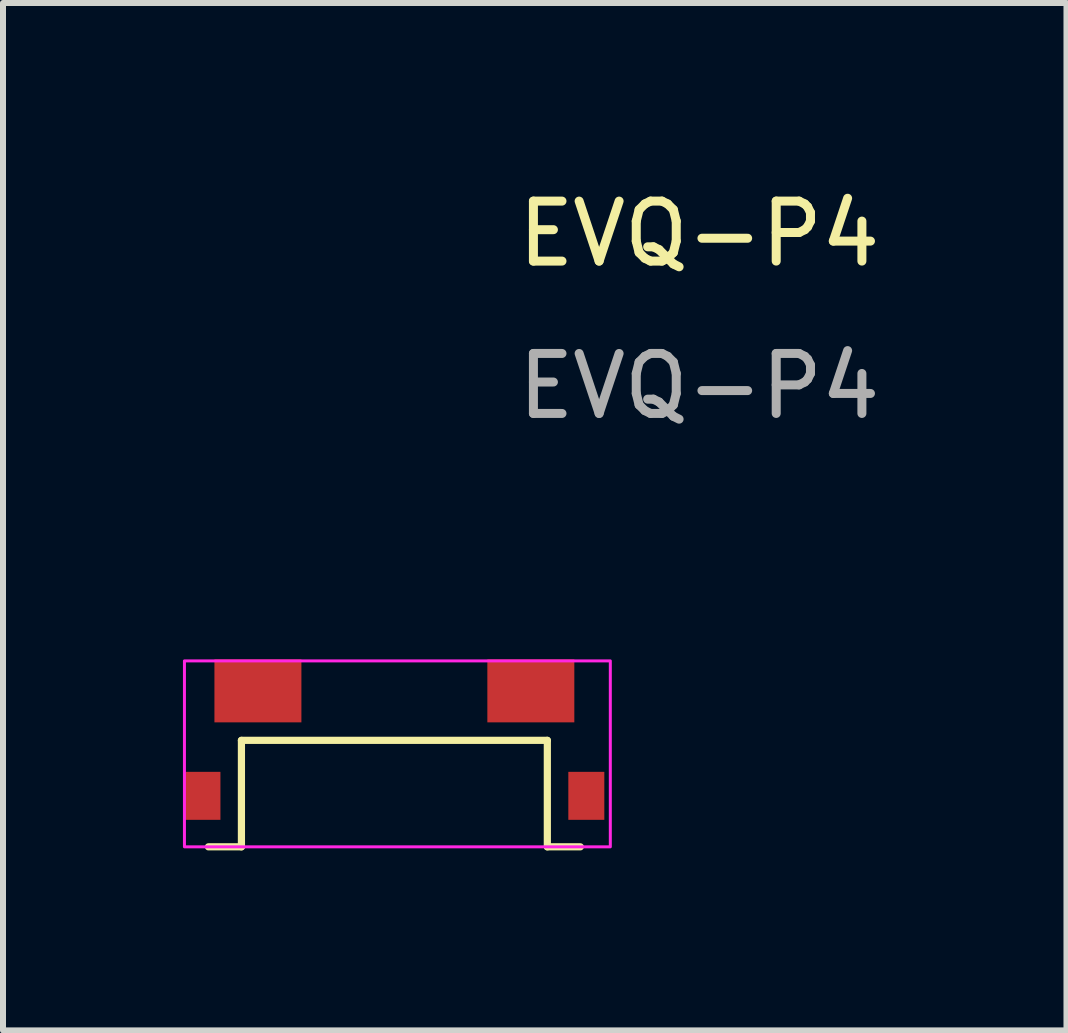
<source format=kicad_pcb>
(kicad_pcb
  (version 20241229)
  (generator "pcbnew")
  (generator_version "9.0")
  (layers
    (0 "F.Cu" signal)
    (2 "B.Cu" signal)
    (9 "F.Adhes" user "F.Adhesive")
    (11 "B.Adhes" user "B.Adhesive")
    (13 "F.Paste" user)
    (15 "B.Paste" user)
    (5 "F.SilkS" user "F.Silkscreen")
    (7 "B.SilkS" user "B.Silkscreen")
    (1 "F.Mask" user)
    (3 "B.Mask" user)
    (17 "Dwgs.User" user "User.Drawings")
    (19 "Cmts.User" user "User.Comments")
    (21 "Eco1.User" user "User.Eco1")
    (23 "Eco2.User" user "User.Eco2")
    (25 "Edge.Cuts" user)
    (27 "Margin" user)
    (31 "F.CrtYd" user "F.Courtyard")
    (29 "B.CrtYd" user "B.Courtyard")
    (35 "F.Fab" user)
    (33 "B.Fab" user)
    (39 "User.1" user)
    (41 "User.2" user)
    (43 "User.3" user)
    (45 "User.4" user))
  (footprint "EVQ-P4"
    (layer "F.Cu")
    (at 3.525 8.468)
    (property "Reference" "EVQ-P4" (at 5.08 -7.62 0) (unlocked yes) (layer "F.SilkS") (effects (font (size 1 1) (thickness 0.15))))
    (attr smd)
    (fp_line (start -2.55 0.825) (end 2.55 0.825) (stroke (width 0.12) (type solid)) (layer "F.SilkS"))
    (fp_line (start -2.55 2.6) (end -3.1 2.6) (stroke (width 0.12) (type solid)) (layer "F.SilkS"))
    (fp_line (start -2.55 2.6) (end -2.55 0.825) (stroke (width 0.12) (type solid)) (layer "F.SilkS"))
    (fp_line (start 2.55 2.6) (end 2.55 0.825) (stroke (width 0.12) (type solid)) (layer "F.SilkS"))
    (fp_line (start 2.55 2.6) (end 3.1 2.6) (stroke (width 0.12) (type solid)) (layer "F.SilkS"))
    (fp_rect (start -3.5 2.6) (end 3.6 -0.5) (stroke (width 0.05) (type solid)) (fill no) (layer "F.CrtYd"))
    (fp_text user "${REFERENCE}" (at 5.08 -5.08 0) (unlocked yes) (layer "F.Fab") (effects (font (size 1 1) (thickness 0.15))))
    (pad "1" smd rect (at -2.275 0) (size 1.45 1.05) (layers "F.Cu" "F.Mask" "F.Paste"))
    (pad "2" smd rect (at 2.275 0) (size 1.45 1.05) (layers "F.Cu" "F.Mask" "F.Paste"))
    (pad "3" smd rect (at -3.2 1.75) (size 0.6 0.8) (layers "F.Cu" "F.Mask" "F.Paste"))
    (pad "4" smd rect (at 3.2 1.75) (size 0.6 0.8) (layers "F.Cu" "F.Mask" "F.Paste")))
  (gr_rect
    (start -3 -3)
    (end 14.73 14.128)
    (stroke (width 0.1) (type default))
    (fill no)
    (layer "Edge.Cuts")))
</source>
